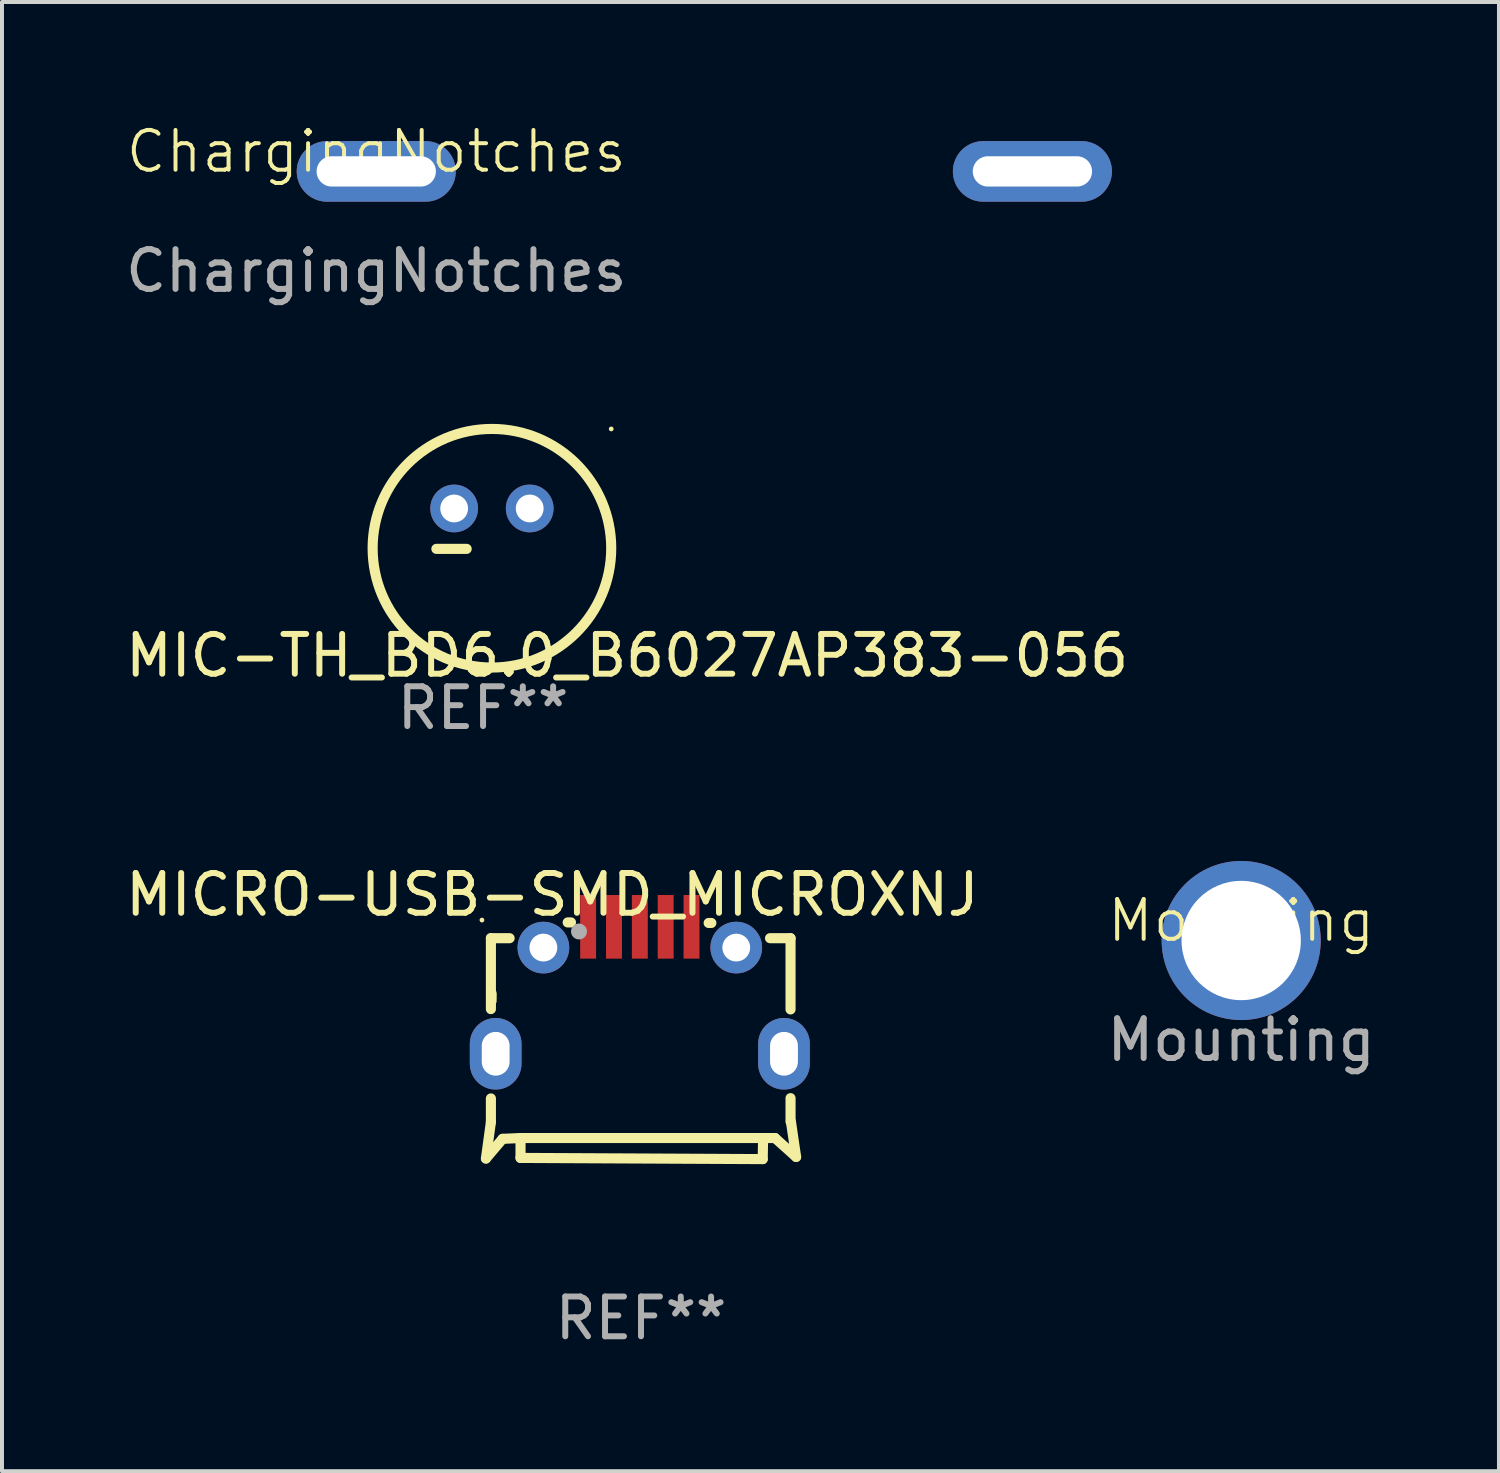
<source format=kicad_pcb>
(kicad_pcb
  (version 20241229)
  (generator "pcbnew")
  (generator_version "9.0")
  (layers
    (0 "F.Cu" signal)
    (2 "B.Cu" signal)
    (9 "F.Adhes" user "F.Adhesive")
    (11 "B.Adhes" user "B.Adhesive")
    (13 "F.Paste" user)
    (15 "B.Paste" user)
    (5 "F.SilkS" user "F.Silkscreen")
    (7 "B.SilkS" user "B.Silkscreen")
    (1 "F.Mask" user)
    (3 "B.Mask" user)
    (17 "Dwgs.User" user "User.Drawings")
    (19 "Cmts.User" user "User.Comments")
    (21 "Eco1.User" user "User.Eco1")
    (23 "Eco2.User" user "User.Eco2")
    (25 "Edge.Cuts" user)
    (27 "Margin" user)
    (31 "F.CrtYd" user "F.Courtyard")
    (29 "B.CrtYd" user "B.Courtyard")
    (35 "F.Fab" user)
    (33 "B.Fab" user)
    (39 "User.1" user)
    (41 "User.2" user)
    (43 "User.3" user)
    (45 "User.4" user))
  (footprint "MICRO-USB-SMD_MICROXNJ"
    (layer "F.Cu")
    (at 13.039 21.852)
    (property "Reference" "MICRO-USB-SMD_MICROXNJ" (at -2.2 -2.404 0) (layer "F.SilkS") (effects (font (size 1 1) (thickness 0.15))))
    (attr through_hole)
    (fp_line (start -3.87 4.23) (end -3.745 3.315) (stroke (width 0.254) (type solid)) (layer "F.SilkS"))
    (fp_line (start -3.745 -1.31) (end -3.274 -1.31) (stroke (width 0.254) (type solid)) (layer "F.SilkS"))
    (fp_line (start -3.745 0.473) (end -3.745 -1.31) (stroke (width 0.254) (type solid)) (layer "F.SilkS"))
    (fp_line (start -3.745 3.315) (end -3.745 2.719) (stroke (width 0.254) (type solid)) (layer "F.SilkS"))
    (fp_line (start -3.735 0.276) (end -3.731 0.068) (stroke (width 0.254) (type solid)) (layer "F.SilkS"))
    (fp_line (start -3.733 0.275) (end -3.732 0.101) (stroke (width 0.254) (type solid)) (layer "F.SilkS"))
    (fp_line (start -3.45 3.735) (end -3.87 4.23) (stroke (width 0.254) (type solid)) (layer "F.SilkS"))
    (fp_line (start -3 3.715) (end -3.45 3.735) (stroke (width 0.254) (type solid)) (layer "F.SilkS"))
    (fp_line (start -3 3.715) (end -3 4.215) (stroke (width 0.254) (type solid)) (layer "F.SilkS"))
    (fp_line (start -3 3.715) (end 3.1 3.715) (stroke (width 0.254) (type solid)) (layer "F.SilkS"))
    (fp_line (start -3 4.215) (end 3.09 4.245) (stroke (width 0.254) (type solid)) (layer "F.SilkS"))
    (fp_line (start -1.814 -1.707) (end -1.731 -1.707) (stroke (width 0.254) (type solid)) (layer "F.SilkS"))
    (fp_line (start 1.731 -1.693) (end 1.799 -1.693) (stroke (width 0.254) (type solid)) (layer "F.SilkS"))
    (fp_line (start 3.09 4.245) (end 3.1 3.715) (stroke (width 0.254) (type solid)) (layer "F.SilkS"))
    (fp_line (start 3.1 3.715) (end 3.4 3.715) (stroke (width 0.254) (type solid)) (layer "F.SilkS"))
    (fp_line (start 3.274 -1.31) (end 3.79 -1.31) (stroke (width 0.254) (type solid)) (layer "F.SilkS"))
    (fp_line (start 3.4 3.715) (end 3.93 4.19) (stroke (width 0.254) (type solid)) (layer "F.SilkS"))
    (fp_line (start 3.79 -1.31) (end 3.79 0.481) (stroke (width 0.254) (type solid)) (layer "F.SilkS"))
    (fp_line (start 3.79 2.712) (end 3.79 3.304) (stroke (width 0.254) (type solid)) (layer "F.SilkS"))
    (fp_line (start 3.93 4.19) (end 3.8 3.304) (stroke (width 0.254) (type solid)) (layer "F.SilkS"))
    (fp_circle (center -3.97 -1.766) (end -3.94 -1.766) (stroke (width 0.06) (type solid)) (fill no) (layer "F.SilkS"))
    (fp_circle (center -1.53 -1.479) (end -1.43 -1.479) (stroke (width 0.2) (type solid)) (fill no) (layer "F.Fab"))
    (fp_text user "REF**" (at 0.03 8.245 0) (layer "F.Fab") (effects (font (size 1 1) (thickness 0.15))))
    (pad "1" smd rect (at -1.3 -1.596 270) (size 1.6 0.4) (layers "F.Cu" "F.Mask" "F.Paste"))
    (pad "2" smd rect (at -0.65 -1.596 270) (size 1.6 0.4) (layers "F.Cu" "F.Mask" "F.Paste"))
    (pad "3" smd rect (at 0 -1.596 270) (size 1.6 0.4) (layers "F.Cu" "F.Mask" "F.Paste"))
    (pad "4" smd rect (at 0.65 -1.596 270) (size 1.6 0.4) (layers "F.Cu" "F.Mask" "F.Paste"))
    (pad "5" smd rect (at 1.3 -1.596 270) (size 1.6 0.4) (layers "F.Cu" "F.Mask" "F.Paste"))
    (pad "6" thru_hole circle (at 2.425 -1.074) (size 1.3 1.3) (drill 0.7) (layers "*.Cu" "*.Mask"))
    (pad "7" thru_hole oval (at 3.625 1.596) (size 1.3 1.8) (drill oval 0.7 1.1) (layers "*.Cu" "*.Mask"))
    (pad "8" thru_hole oval (at -3.625 1.596) (size 1.3 1.8) (drill oval 0.7 1.1) (layers "*.Cu" "*.Mask"))
    (pad "9" thru_hole circle (at -2.425 -1.074) (size 1.3 1.3) (drill 0.7) (layers "*.Cu" "*.Mask")))
  (footprint "Mounting"
    (layer "F.Cu")
    (at 28.161 20.6)
    (property "Reference" "Mounting" (at 0 -0.5 0) (unlocked yes) (layer "F.SilkS") (effects (font (size 1 1) (thickness 0.1))))
    (attr through_hole)
    (fp_text user "${REFERENCE}" (at 0 2.5 0) (unlocked yes) (layer "F.Fab") (effects (font (size 1 1) (thickness 0.15))))
    (pad "1" thru_hole circle (at 0 0) (size 4 4) (drill 3) (layers "*.Cu" "*.Mask")))
  (footprint "MIC-TH_BD6.0_B6027AP383-056"
    (layer "F.Cu")
    (at 9.32 9.736)
    (property "Reference" "MIC-TH_BD6.0_B6027AP383-056" (at 3.4 3.7 0) (layer "F.SilkS") (effects (font (size 1 1) (thickness 0.15))))
    (attr through_hole)
    (fp_line (start -1.397 1.016) (end -0.635 1.016) (stroke (width 0.254) (type solid)) (layer "F.SilkS"))
    (fp_circle (center 0 1) (end 3 1) (stroke (width 0.254) (type solid)) (fill no) (layer "F.SilkS"))
    (fp_circle (center 3 -2) (end 3.03 -2) (stroke (width 0.06) (type solid)) (fill no) (layer "F.SilkS"))
    (fp_text user "REF**" (at -0.223 5.016 0) (layer "F.Fab") (effects (font (size 1 1) (thickness 0.15))))
    (pad "1" thru_hole circle (at 0.95 0) (size 1.2 1.2) (drill 0.7) (layers "*.Cu" "*.Mask"))
    (pad "2" thru_hole circle (at -0.95 0) (size 1.2 1.2) (drill 0.7) (layers "*.Cu" "*.Mask")))
  (footprint "ChargingNotches"
    (layer "F.Cu")
    (at 6.411 1.26)
    (property "Reference" "ChargingNotches" (at 0 -0.5 0) (unlocked yes) (layer "F.SilkS") (effects (font (size 1 1) (thickness 0.1))))
    (attr through_hole)
    (fp_text user "${REFERENCE}" (at 0 2.5 0) (unlocked yes) (layer "F.Fab") (effects (font (size 1 1) (thickness 0.15))))
    (pad "1" thru_hole oval (at 0 0) (size 4 1.524) (drill oval 3 0.762) (layers "*.Cu" "*.Mask"))
    (pad "2" thru_hole oval (at 16.5 0) (size 4 1.524) (drill oval 3 0.762) (layers "*.Cu" "*.Mask")))
  (gr_rect
    (start -3 -3)
    (end 34.643 33.945)
    (stroke (width 0.1) (type default))
    (fill no)
    (layer "Edge.Cuts")))
</source>
